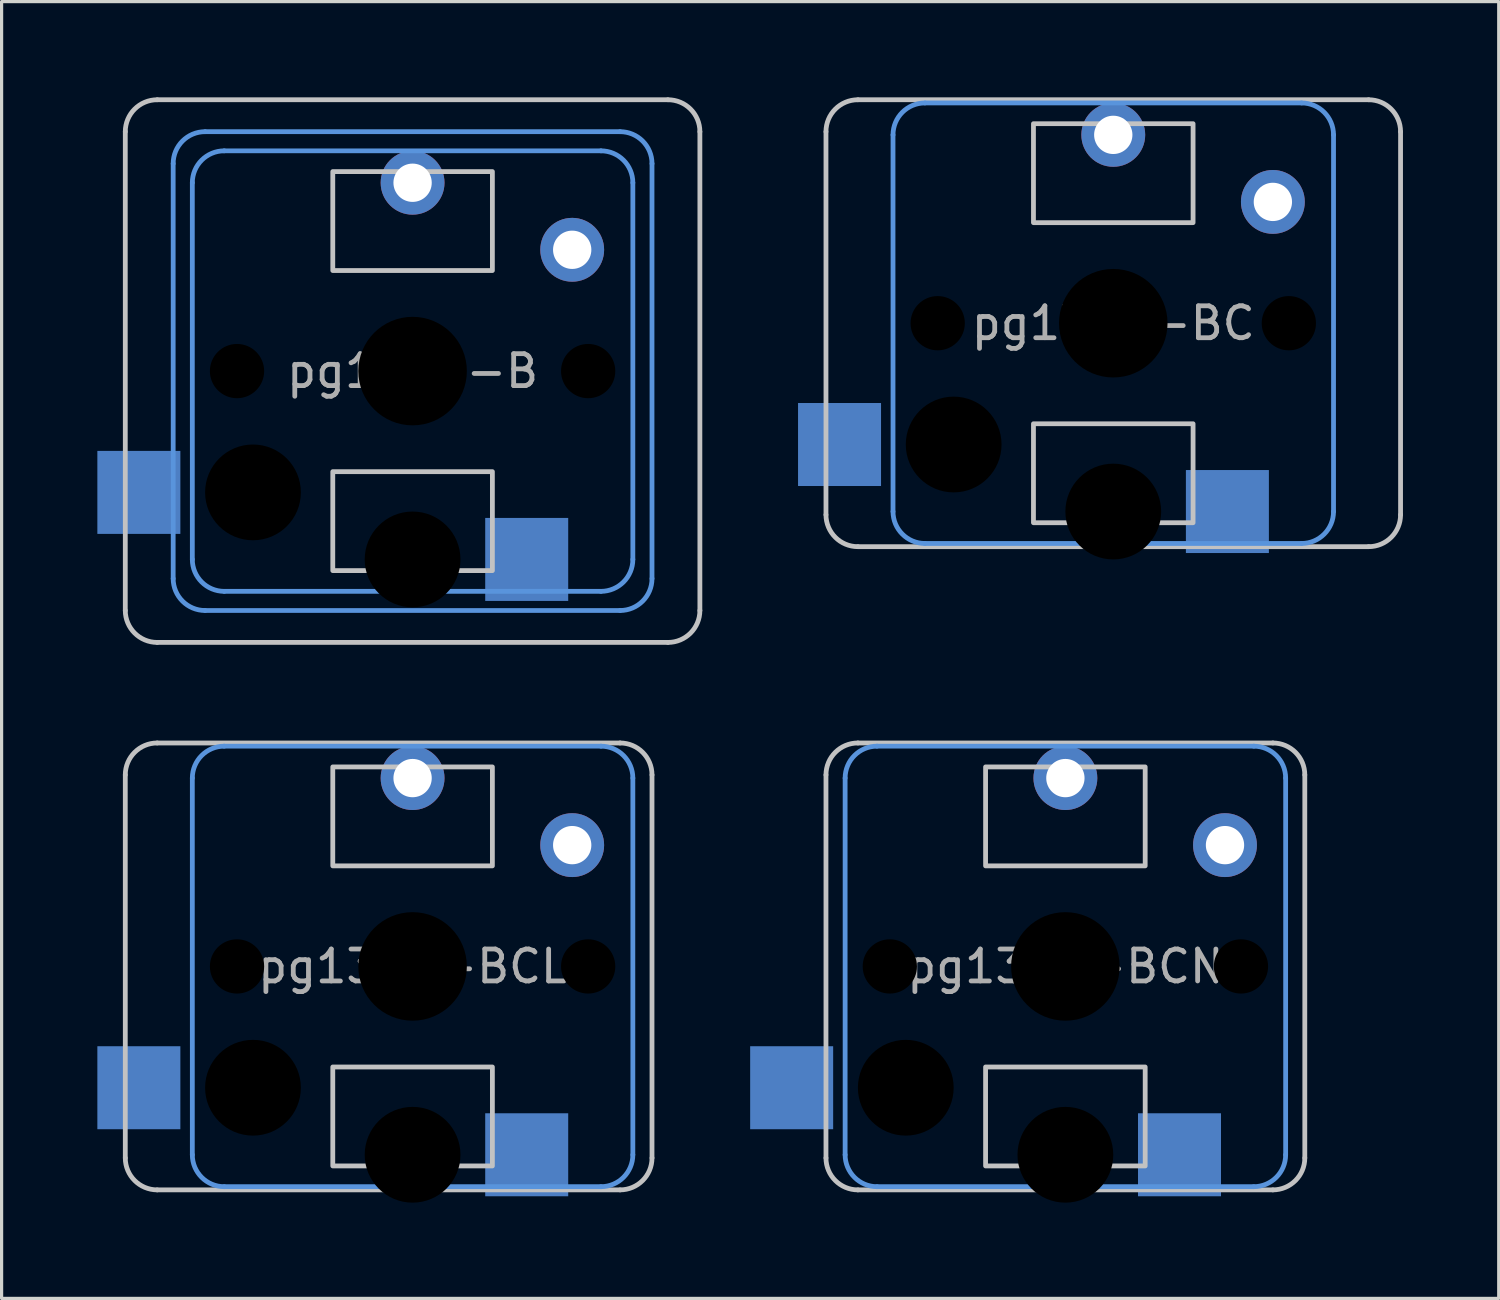
<source format=kicad_pcb>
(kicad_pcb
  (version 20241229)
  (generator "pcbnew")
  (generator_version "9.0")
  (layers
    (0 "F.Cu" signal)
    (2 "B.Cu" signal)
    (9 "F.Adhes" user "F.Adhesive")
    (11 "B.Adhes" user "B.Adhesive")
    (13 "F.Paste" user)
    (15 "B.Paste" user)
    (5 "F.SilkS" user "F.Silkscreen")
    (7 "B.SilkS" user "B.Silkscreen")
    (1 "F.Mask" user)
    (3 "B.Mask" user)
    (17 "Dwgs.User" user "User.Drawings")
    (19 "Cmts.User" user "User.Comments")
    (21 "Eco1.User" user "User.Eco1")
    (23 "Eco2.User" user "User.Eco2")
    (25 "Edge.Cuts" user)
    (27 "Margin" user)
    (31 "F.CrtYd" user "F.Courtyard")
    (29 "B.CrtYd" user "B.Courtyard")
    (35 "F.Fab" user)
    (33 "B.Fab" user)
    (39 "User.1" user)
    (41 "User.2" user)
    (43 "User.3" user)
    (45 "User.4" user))
  (footprint "pg1350-B"
    (layer "F.Cu")
    (at 9.875 8.575)
    (property "Reference" "pg1350-B" (at 0 0 0) (layer "F.Fab") (effects (font (size 1 1) (thickness 0.15))))
    (attr through_hole)
    (fp_line (start -9 7.5) (end -9 -7.5) (stroke (width 0.15) (type solid)) (layer "Dwgs.User"))
    (fp_line (start -8 -8.5) (end 8 -8.5) (stroke (width 0.15) (type solid)) (layer "Dwgs.User"))
    (fp_line (start 8 8.5) (end -8 8.5) (stroke (width 0.15) (type solid)) (layer "Dwgs.User"))
    (fp_line (start 9 -7.5) (end 9 7.5) (stroke (width 0.15) (type solid)) (layer "Dwgs.User"))
    (fp_rect (start 2.5 -6.25) (end -2.5 -3.15) (stroke (width 0.15) (type solid)) (fill no) (layer "Dwgs.User"))
    (fp_rect (start 2.5 6.25) (end -2.5 3.15) (stroke (width 0.15) (type solid)) (fill no) (layer "Dwgs.User"))
    (fp_arc (start -9 -7.5) (mid -8.707107 -8.207107) (end -8 -8.5) (stroke (width 0.15) (type solid)) (layer "Dwgs.User"))
    (fp_arc (start -8 8.5) (mid -8.707107 8.207107) (end -9 7.5) (stroke (width 0.15) (type solid)) (layer "Dwgs.User"))
    (fp_arc (start 8 -8.5) (mid 8.707107 -8.207107) (end 9 -7.5) (stroke (width 0.15) (type solid)) (layer "Dwgs.User"))
    (fp_arc (start 9 7.5) (mid 8.707107 8.207107) (end 8 8.5) (stroke (width 0.15) (type solid)) (layer "Dwgs.User"))
    (fp_line (start -7.5 6.5) (end -7.5 -6.5) (stroke (width 0.15) (type solid)) (layer "Cmts.User"))
    (fp_line (start -6.9 5.9) (end -6.9 -5.9) (stroke (width 0.15) (type solid)) (layer "Cmts.User"))
    (fp_line (start -6.5 -7.5) (end 6.5 -7.5) (stroke (width 0.15) (type solid)) (layer "Cmts.User"))
    (fp_line (start -5.9 -6.9) (end 5.9 -6.9) (stroke (width 0.15) (type solid)) (layer "Cmts.User"))
    (fp_line (start 5.9 6.9) (end -5.9 6.9) (stroke (width 0.15) (type solid)) (layer "Cmts.User"))
    (fp_line (start 6.5 7.5) (end -6.5 7.5) (stroke (width 0.15) (type solid)) (layer "Cmts.User"))
    (fp_line (start 6.9 -5.9) (end 6.9 5.9) (stroke (width 0.15) (type solid)) (layer "Cmts.User"))
    (fp_line (start 7.5 -6.5) (end 7.5 6.5) (stroke (width 0.15) (type solid)) (layer "Cmts.User"))
    (fp_arc (start -7.5 -6.5) (mid -7.207107 -7.207107) (end -6.5 -7.5) (stroke (width 0.15) (type solid)) (layer "Cmts.User"))
    (fp_arc (start -6.9 -5.9) (mid -6.607107 -6.607107) (end -5.9 -6.9) (stroke (width 0.15) (type solid)) (layer "Cmts.User"))
    (fp_arc (start -6.5 7.5) (mid -7.207107 7.207107) (end -7.5 6.5) (stroke (width 0.15) (type solid)) (layer "Cmts.User"))
    (fp_arc (start -5.9 6.9) (mid -6.607107 6.607107) (end -6.9 5.9) (stroke (width 0.15) (type solid)) (layer "Cmts.User"))
    (fp_arc (start 5.9 -6.9) (mid 6.607107 -6.607107) (end 6.9 -5.9) (stroke (width 0.15) (type solid)) (layer "Cmts.User"))
    (fp_arc (start 6.5 -7.5) (mid 7.207107 -7.207107) (end 7.5 -6.5) (stroke (width 0.15) (type solid)) (layer "Cmts.User"))
    (fp_arc (start 6.9 5.9) (mid 6.607107 6.607107) (end 5.9 6.9) (stroke (width 0.15) (type solid)) (layer "Cmts.User"))
    (fp_arc (start 7.5 6.5) (mid 7.207107 7.207107) (end 6.5 7.5) (stroke (width 0.15) (type solid)) (layer "Cmts.User"))
    (pad "" np_thru_hole circle (at -5.5 0) (size 1.7 1.7) (drill 1.7) (layers "*.Mask"))
    (pad "" np_thru_hole circle (at -5 3.8 180) (size 3 3) (drill 3) (layers "*.Mask"))
    (pad "" np_thru_hole circle (at 0 0) (size 3.4 3.4) (drill 3.4) (layers "*.Mask"))
    (pad "" np_thru_hole circle (at 0 5.9 180) (size 3 3) (drill 3) (layers "*.Mask"))
    (pad "" np_thru_hole circle (at 5.5 0) (size 1.7 1.7) (drill 1.7) (layers "*.Mask"))
    (pad "1" thru_hole circle (at 0 -5.9) (size 2 2) (drill 1.2) (layers "*.Cu" "B.Mask"))
    (pad "1" smd rect (at 3.575 5.9 180) (size 2.6 2.6) (layers "B.Cu" "B.Mask"))
    (pad "2" smd rect (at -8.575 3.8 180) (size 2.6 2.6) (layers "B.Cu" "B.Mask"))
    (pad "2" thru_hole circle (at 5 -3.8) (size 2 2) (drill 1.2) (layers "*.Cu" "B.Mask")))
  (footprint "pg1350-BC"
    (layer "F.Cu")
    (at 31.825 7.075)
    (property "Reference" "pg1350-BC" (at 0 0 0) (layer "F.Fab") (effects (font (size 1 1) (thickness 0.15))))
    (attr through_hole)
    (fp_line (start -9 6) (end -9 -6) (stroke (width 0.15) (type solid)) (layer "Dwgs.User"))
    (fp_line (start -8 -7) (end 8 -7) (stroke (width 0.15) (type solid)) (layer "Dwgs.User"))
    (fp_line (start 8 7) (end -8 7) (stroke (width 0.15) (type solid)) (layer "Dwgs.User"))
    (fp_line (start 9 -6) (end 9 6) (stroke (width 0.15) (type solid)) (layer "Dwgs.User"))
    (fp_rect (start 2.5 -6.25) (end -2.5 -3.15) (stroke (width 0.15) (type solid)) (fill no) (layer "Dwgs.User"))
    (fp_rect (start 2.5 6.25) (end -2.5 3.15) (stroke (width 0.15) (type solid)) (fill no) (layer "Dwgs.User"))
    (fp_arc (start -9 -6) (mid -8.707107 -6.707107) (end -8 -7) (stroke (width 0.15) (type solid)) (layer "Dwgs.User"))
    (fp_arc (start -8 7) (mid -8.707107 6.707107) (end -9 6) (stroke (width 0.15) (type solid)) (layer "Dwgs.User"))
    (fp_arc (start 8 -7) (mid 8.707107 -6.707107) (end 9 -6) (stroke (width 0.15) (type solid)) (layer "Dwgs.User"))
    (fp_arc (start 9 6) (mid 8.707107 6.707107) (end 8 7) (stroke (width 0.15) (type solid)) (layer "Dwgs.User"))
    (fp_line (start -6.9 5.9) (end -6.9 -5.9) (stroke (width 0.15) (type solid)) (layer "Cmts.User"))
    (fp_line (start -5.9 -6.9) (end 5.9 -6.9) (stroke (width 0.15) (type solid)) (layer "Cmts.User"))
    (fp_line (start 5.9 6.9) (end -5.9 6.9) (stroke (width 0.15) (type solid)) (layer "Cmts.User"))
    (fp_line (start 6.9 -5.9) (end 6.9 5.9) (stroke (width 0.15) (type solid)) (layer "Cmts.User"))
    (fp_arc (start -6.9 -5.9) (mid -6.607107 -6.607107) (end -5.9 -6.9) (stroke (width 0.15) (type solid)) (layer "Cmts.User"))
    (fp_arc (start -5.9 6.9) (mid -6.607107 6.607107) (end -6.9 5.9) (stroke (width 0.15) (type solid)) (layer "Cmts.User"))
    (fp_arc (start 5.9 -6.9) (mid 6.607107 -6.607107) (end 6.9 -5.9) (stroke (width 0.15) (type solid)) (layer "Cmts.User"))
    (fp_arc (start 6.9 5.9) (mid 6.607107 6.607107) (end 5.9 6.9) (stroke (width 0.15) (type solid)) (layer "Cmts.User"))
    (pad "" np_thru_hole circle (at -5.5 0) (size 1.7 1.7) (drill 1.7) (layers "*.Mask"))
    (pad "" np_thru_hole circle (at -5 3.8 180) (size 3 3) (drill 3) (layers "*.Mask"))
    (pad "" np_thru_hole circle (at 0 0) (size 3.4 3.4) (drill 3.4) (layers "*.Mask"))
    (pad "" np_thru_hole circle (at 0 5.9 180) (size 3 3) (drill 3) (layers "*.Mask"))
    (pad "" np_thru_hole circle (at 5.5 0) (size 1.7 1.7) (drill 1.7) (layers "*.Mask"))
    (pad "1" thru_hole circle (at 0 -5.9) (size 2 2) (drill 1.2) (layers "*.Cu" "B.Mask"))
    (pad "1" smd rect (at 3.575 5.9 180) (size 2.6 2.6) (layers "B.Cu" "B.Mask"))
    (pad "2" smd rect (at -8.575 3.8 180) (size 2.6 2.6) (layers "B.Cu" "B.Mask"))
    (pad "2" thru_hole circle (at 5 -3.8) (size 2 2) (drill 1.2) (layers "*.Cu" "B.Mask")))
  (footprint "pg1350-BCL"
    (layer "F.Cu")
    (at 9.875 27.225)
    (property "Reference" "pg1350-BCL" (at 0 0 0) (layer "F.Fab") (effects (font (size 1 1) (thickness 0.15))))
    (attr through_hole)
    (fp_line (start -9 6) (end -9 -6) (stroke (width 0.15) (type solid)) (layer "Dwgs.User"))
    (fp_line (start -8 -7) (end 6.5 -7) (stroke (width 0.15) (type solid)) (layer "Dwgs.User"))
    (fp_line (start 6.5 7) (end -8 7) (stroke (width 0.15) (type solid)) (layer "Dwgs.User"))
    (fp_line (start 7.5 -6) (end 7.5 6) (stroke (width 0.15) (type solid)) (layer "Dwgs.User"))
    (fp_rect (start 2.5 -6.25) (end -2.5 -3.15) (stroke (width 0.15) (type solid)) (fill no) (layer "Dwgs.User"))
    (fp_rect (start 2.5 6.25) (end -2.5 3.15) (stroke (width 0.15) (type solid)) (fill no) (layer "Dwgs.User"))
    (fp_arc (start -9 -6) (mid -8.707107 -6.707107) (end -8 -7) (stroke (width 0.15) (type solid)) (layer "Dwgs.User"))
    (fp_arc (start -8 7) (mid -8.707107 6.707107) (end -9 6) (stroke (width 0.15) (type solid)) (layer "Dwgs.User"))
    (fp_arc (start 6.5 -7) (mid 7.207107 -6.707107) (end 7.5 -6) (stroke (width 0.15) (type solid)) (layer "Dwgs.User"))
    (fp_arc (start 7.5 6) (mid 7.207107 6.707107) (end 6.5 7) (stroke (width 0.15) (type solid)) (layer "Dwgs.User"))
    (fp_line (start -6.9 5.9) (end -6.9 -5.9) (stroke (width 0.15) (type solid)) (layer "Cmts.User"))
    (fp_line (start -5.9 -6.9) (end 5.9 -6.9) (stroke (width 0.15) (type solid)) (layer "Cmts.User"))
    (fp_line (start 5.9 6.9) (end -5.9 6.9) (stroke (width 0.15) (type solid)) (layer "Cmts.User"))
    (fp_line (start 6.9 -5.9) (end 6.9 5.9) (stroke (width 0.15) (type solid)) (layer "Cmts.User"))
    (fp_arc (start -6.9 -5.9) (mid -6.607107 -6.607107) (end -5.9 -6.9) (stroke (width 0.15) (type solid)) (layer "Cmts.User"))
    (fp_arc (start -5.9 6.9) (mid -6.607107 6.607107) (end -6.9 5.9) (stroke (width 0.15) (type solid)) (layer "Cmts.User"))
    (fp_arc (start 5.9 -6.9) (mid 6.607107 -6.607107) (end 6.9 -5.9) (stroke (width 0.15) (type solid)) (layer "Cmts.User"))
    (fp_arc (start 6.9 5.9) (mid 6.607107 6.607107) (end 5.9 6.9) (stroke (width 0.15) (type solid)) (layer "Cmts.User"))
    (pad "" np_thru_hole circle (at -5.5 0) (size 1.7 1.7) (drill 1.7) (layers "*.Mask"))
    (pad "" np_thru_hole circle (at -5 3.8 180) (size 3 3) (drill 3) (layers "*.Mask"))
    (pad "" np_thru_hole circle (at 0 0) (size 3.4 3.4) (drill 3.4) (layers "*.Mask"))
    (pad "" np_thru_hole circle (at 0 5.9 180) (size 3 3) (drill 3) (layers "*.Mask"))
    (pad "" np_thru_hole circle (at 5.5 0) (size 1.7 1.7) (drill 1.7) (layers "*.Mask"))
    (pad "1" thru_hole circle (at 0 -5.9) (size 2 2) (drill 1.2) (layers "*.Cu" "B.Mask"))
    (pad "1" smd rect (at 3.575 5.9 180) (size 2.6 2.6) (layers "B.Cu" "B.Mask"))
    (pad "2" smd rect (at -8.575 3.8 180) (size 2.6 2.6) (layers "B.Cu" "B.Mask"))
    (pad "2" thru_hole circle (at 5 -3.8) (size 2 2) (drill 1.2) (layers "*.Cu" "B.Mask")))
  (footprint "pg1350-BCN"
    (layer "F.Cu")
    (at 30.325 27.225)
    (property "Reference" "pg1350-BCN" (at 0 0 0) (layer "F.Fab") (effects (font (size 1 1) (thickness 0.15))))
    (attr through_hole)
    (fp_line (start -7.5 6) (end -7.5 -6) (stroke (width 0.15) (type solid)) (layer "Dwgs.User"))
    (fp_line (start -6.5 -7) (end 6.5 -7) (stroke (width 0.15) (type solid)) (layer "Dwgs.User"))
    (fp_line (start 6.5 7) (end -6.5 7) (stroke (width 0.15) (type solid)) (layer "Dwgs.User"))
    (fp_line (start 7.5 -6) (end 7.5 6) (stroke (width 0.15) (type solid)) (layer "Dwgs.User"))
    (fp_rect (start 2.5 -6.25) (end -2.5 -3.15) (stroke (width 0.15) (type solid)) (fill no) (layer "Dwgs.User"))
    (fp_rect (start 2.5 6.25) (end -2.5 3.15) (stroke (width 0.15) (type solid)) (fill no) (layer "Dwgs.User"))
    (fp_arc (start -7.5 -6) (mid -7.207107 -6.707107) (end -6.5 -7) (stroke (width 0.15) (type solid)) (layer "Dwgs.User"))
    (fp_arc (start -6.5 7) (mid -7.207107 6.707107) (end -7.5 6) (stroke (width 0.15) (type solid)) (layer "Dwgs.User"))
    (fp_arc (start 6.5 -7) (mid 7.207107 -6.707107) (end 7.5 -6) (stroke (width 0.15) (type solid)) (layer "Dwgs.User"))
    (fp_arc (start 7.5 6) (mid 7.207107 6.707107) (end 6.5 7) (stroke (width 0.15) (type solid)) (layer "Dwgs.User"))
    (fp_line (start -6.9 5.9) (end -6.9 -5.9) (stroke (width 0.15) (type solid)) (layer "Cmts.User"))
    (fp_line (start -5.9 -6.9) (end 5.9 -6.9) (stroke (width 0.15) (type solid)) (layer "Cmts.User"))
    (fp_line (start 5.9 6.9) (end -5.9 6.9) (stroke (width 0.15) (type solid)) (layer "Cmts.User"))
    (fp_line (start 6.9 -5.9) (end 6.9 5.9) (stroke (width 0.15) (type solid)) (layer "Cmts.User"))
    (fp_arc (start -6.9 -5.9) (mid -6.607107 -6.607107) (end -5.9 -6.9) (stroke (width 0.15) (type solid)) (layer "Cmts.User"))
    (fp_arc (start -5.9 6.9) (mid -6.607107 6.607107) (end -6.9 5.9) (stroke (width 0.15) (type solid)) (layer "Cmts.User"))
    (fp_arc (start 5.9 -6.9) (mid 6.607107 -6.607107) (end 6.9 -5.9) (stroke (width 0.15) (type solid)) (layer "Cmts.User"))
    (fp_arc (start 6.9 5.9) (mid 6.607107 6.607107) (end 5.9 6.9) (stroke (width 0.15) (type solid)) (layer "Cmts.User"))
    (pad "" np_thru_hole circle (at -5.5 0) (size 1.7 1.7) (drill 1.7) (layers "*.Mask"))
    (pad "" np_thru_hole circle (at -5 3.8 180) (size 3 3) (drill 3) (layers "*.Mask"))
    (pad "" np_thru_hole circle (at 0 0) (size 3.4 3.4) (drill 3.4) (layers "*.Mask"))
    (pad "" np_thru_hole circle (at 0 5.9 180) (size 3 3) (drill 3) (layers "*.Mask"))
    (pad "" np_thru_hole circle (at 5.5 0) (size 1.7 1.7) (drill 1.7) (layers "*.Mask"))
    (pad "1" thru_hole circle (at 0 -5.9) (size 2 2) (drill 1.2) (layers "*.Cu" "B.Mask"))
    (pad "1" smd rect (at 3.575 5.9 180) (size 2.6 2.6) (layers "B.Cu" "B.Mask"))
    (pad "2" smd rect (at -8.575 3.8 180) (size 2.6 2.6) (layers "B.Cu" "B.Mask"))
    (pad "2" thru_hole circle (at 5 -3.8) (size 2 2) (drill 1.2) (layers "*.Cu" "B.Mask")))
  (gr_rect
    (start -3 -3)
    (end 43.9 37.625)
    (stroke (width 0.1) (type default))
    (fill no)
    (layer "Edge.Cuts")))
</source>
